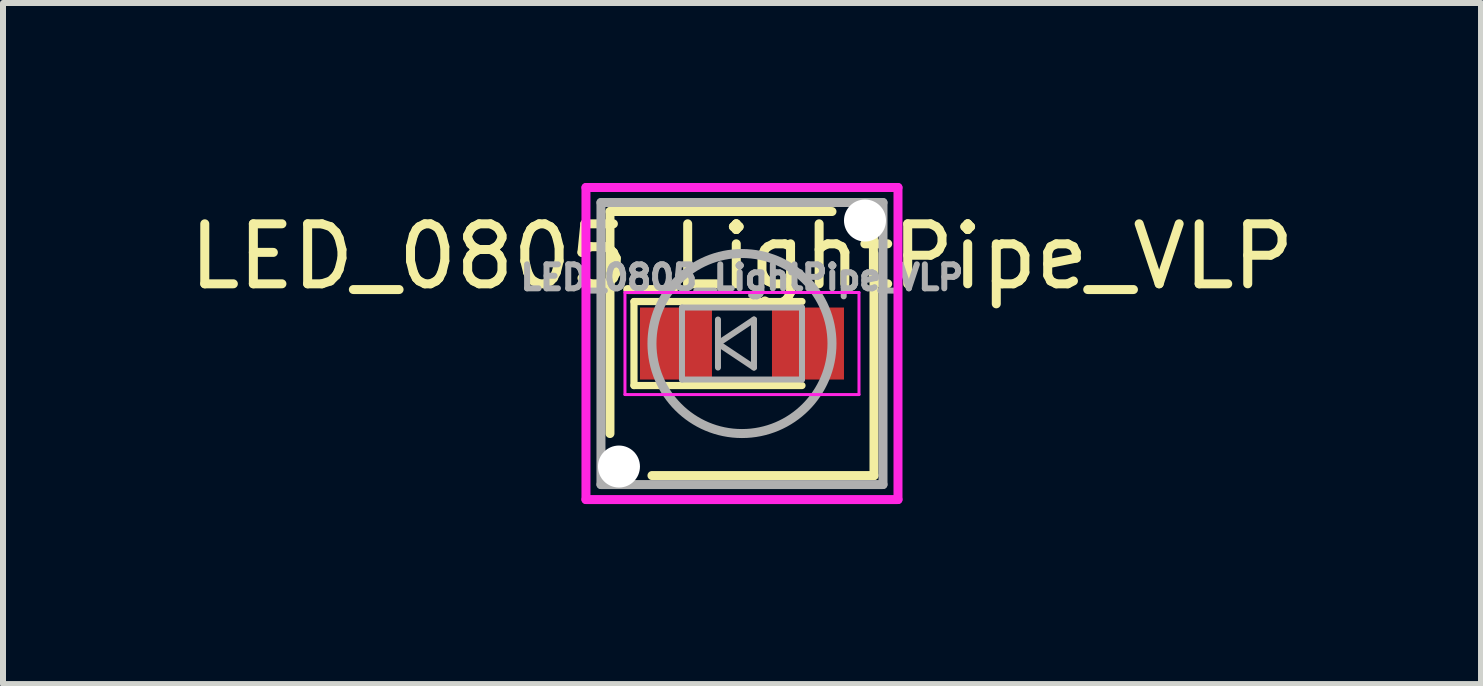
<source format=kicad_pcb>
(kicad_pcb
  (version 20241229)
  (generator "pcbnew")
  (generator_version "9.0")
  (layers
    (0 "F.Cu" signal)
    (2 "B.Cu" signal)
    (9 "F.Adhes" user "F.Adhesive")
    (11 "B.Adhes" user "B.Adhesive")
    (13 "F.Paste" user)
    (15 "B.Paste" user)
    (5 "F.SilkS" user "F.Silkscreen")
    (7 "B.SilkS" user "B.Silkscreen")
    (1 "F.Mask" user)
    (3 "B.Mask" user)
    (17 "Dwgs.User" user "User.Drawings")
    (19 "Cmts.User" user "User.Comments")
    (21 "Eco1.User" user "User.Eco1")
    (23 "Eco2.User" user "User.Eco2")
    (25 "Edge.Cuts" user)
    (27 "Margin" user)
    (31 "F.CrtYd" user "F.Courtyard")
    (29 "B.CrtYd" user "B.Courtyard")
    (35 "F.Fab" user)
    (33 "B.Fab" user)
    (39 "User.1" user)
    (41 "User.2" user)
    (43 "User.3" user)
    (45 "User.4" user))
  (footprint "LED_0805_LightPipe_VLP"
    (layer "F.Cu")
    (at 9.315 2.675)
    (property "Reference" "LED_0805_LightPipe_VLP" (at 0 -1.45 0) (layer "F.SilkS") (effects (font (size 1 1) (thickness 0.15))))
    (attr smd)
    (fp_line (start -2.2 -2.2) (end 1.5 -2.2) (stroke (width 0.15) (type solid)) (layer "F.SilkS"))
    (fp_line (start -2.2 1.5) (end -2.2 -2.2) (stroke (width 0.15) (type solid)) (layer "F.SilkS"))
    (fp_line (start -1.8 -0.7) (end -1.8 0.7) (stroke (width 0.12) (type solid)) (layer "F.SilkS"))
    (fp_line (start -1.8 -0.7) (end 1 -0.7) (stroke (width 0.12) (type solid)) (layer "F.SilkS"))
    (fp_line (start -1.8 0.7) (end 1 0.7) (stroke (width 0.12) (type solid)) (layer "F.SilkS"))
    (fp_line (start 2.2 -1.5) (end 2.2 2.2) (stroke (width 0.15) (type solid)) (layer "F.SilkS"))
    (fp_line (start 2.2 2.2) (end -1.5 2.2) (stroke (width 0.15) (type solid)) (layer "F.SilkS"))
    (fp_line (start -2.6 -2.6) (end 2.6 -2.6) (stroke (width 0.15) (type solid)) (layer "F.CrtYd"))
    (fp_line (start -2.6 2.6) (end -2.6 -2.6) (stroke (width 0.15) (type solid)) (layer "F.CrtYd"))
    (fp_line (start -1.95 -0.85) (end 1.95 -0.85) (stroke (width 0.05) (type solid)) (layer "F.CrtYd"))
    (fp_line (start -1.95 0.85) (end -1.95 -0.85) (stroke (width 0.05) (type solid)) (layer "F.CrtYd"))
    (fp_line (start 1.95 -0.85) (end 1.95 0.85) (stroke (width 0.05) (type solid)) (layer "F.CrtYd"))
    (fp_line (start 1.95 0.85) (end -1.95 0.85) (stroke (width 0.05) (type solid)) (layer "F.CrtYd"))
    (fp_line (start 2.6 -2.6) (end 2.6 2.6) (stroke (width 0.15) (type solid)) (layer "F.CrtYd"))
    (fp_line (start 2.6 2.6) (end -2.6 2.6) (stroke (width 0.15) (type solid)) (layer "F.CrtYd"))
    (fp_line (start -2.35 -2.35) (end 2.35 -2.35) (stroke (width 0.15) (type solid)) (layer "F.Fab"))
    (fp_line (start -2.35 2.35) (end -2.35 -2.35) (stroke (width 0.15) (type solid)) (layer "F.Fab"))
    (fp_line (start -1 -0.6) (end 1 -0.6) (stroke (width 0.1) (type solid)) (layer "F.Fab"))
    (fp_line (start -1 0.6) (end -1 -0.6) (stroke (width 0.1) (type solid)) (layer "F.Fab"))
    (fp_line (start -0.4 -0.4) (end -0.4 0.4) (stroke (width 0.1) (type solid)) (layer "F.Fab"))
    (fp_line (start -0.4 0) (end 0.2 -0.4) (stroke (width 0.1) (type solid)) (layer "F.Fab"))
    (fp_line (start 0.2 -0.4) (end 0.2 0.4) (stroke (width 0.1) (type solid)) (layer "F.Fab"))
    (fp_line (start 0.2 0.4) (end -0.4 0) (stroke (width 0.1) (type solid)) (layer "F.Fab"))
    (fp_line (start 1 -0.6) (end 1 0.6) (stroke (width 0.1) (type solid)) (layer "F.Fab"))
    (fp_line (start 1 0.6) (end -1 0.6) (stroke (width 0.1) (type solid)) (layer "F.Fab"))
    (fp_line (start 2.35 -2.35) (end 2.35 2.35) (stroke (width 0.15) (type solid)) (layer "F.Fab"))
    (fp_line (start 2.35 2.35) (end -2.35 2.35) (stroke (width 0.15) (type solid)) (layer "F.Fab"))
    (fp_circle (center 0 0) (end 1.5 0) (stroke (width 0.15) (type solid)) (fill no) (layer "F.Fab"))
    (fp_text user "${REFERENCE}" (at 0 -1.1 0) (layer "F.Fab") (effects (font (size 0.4 0.4) (thickness 0.1))))
    (pad "" np_thru_hole circle (at -2.05 2.05) (size 0.7 0.7) (drill 0.7) (layers "*.Cu" "*.Mask"))
    (pad "" np_thru_hole circle (at 2.05 -2.05) (size 0.7 0.7) (drill 0.7) (layers "*.Cu" "*.Mask"))
    (pad "1" smd rect (at -1.1 0 180) (size 1.2 1.2) (layers "F.Cu" "F.Mask" "F.Paste"))
    (pad "2" smd rect (at 1.1 0 180) (size 1.2 1.2) (layers "F.Cu" "F.Mask" "F.Paste")))
  (gr_rect
    (start -3 -3)
    (end 21.631 8.35)
    (stroke (width 0.1) (type default))
    (fill no)
    (layer "Edge.Cuts")))
</source>
